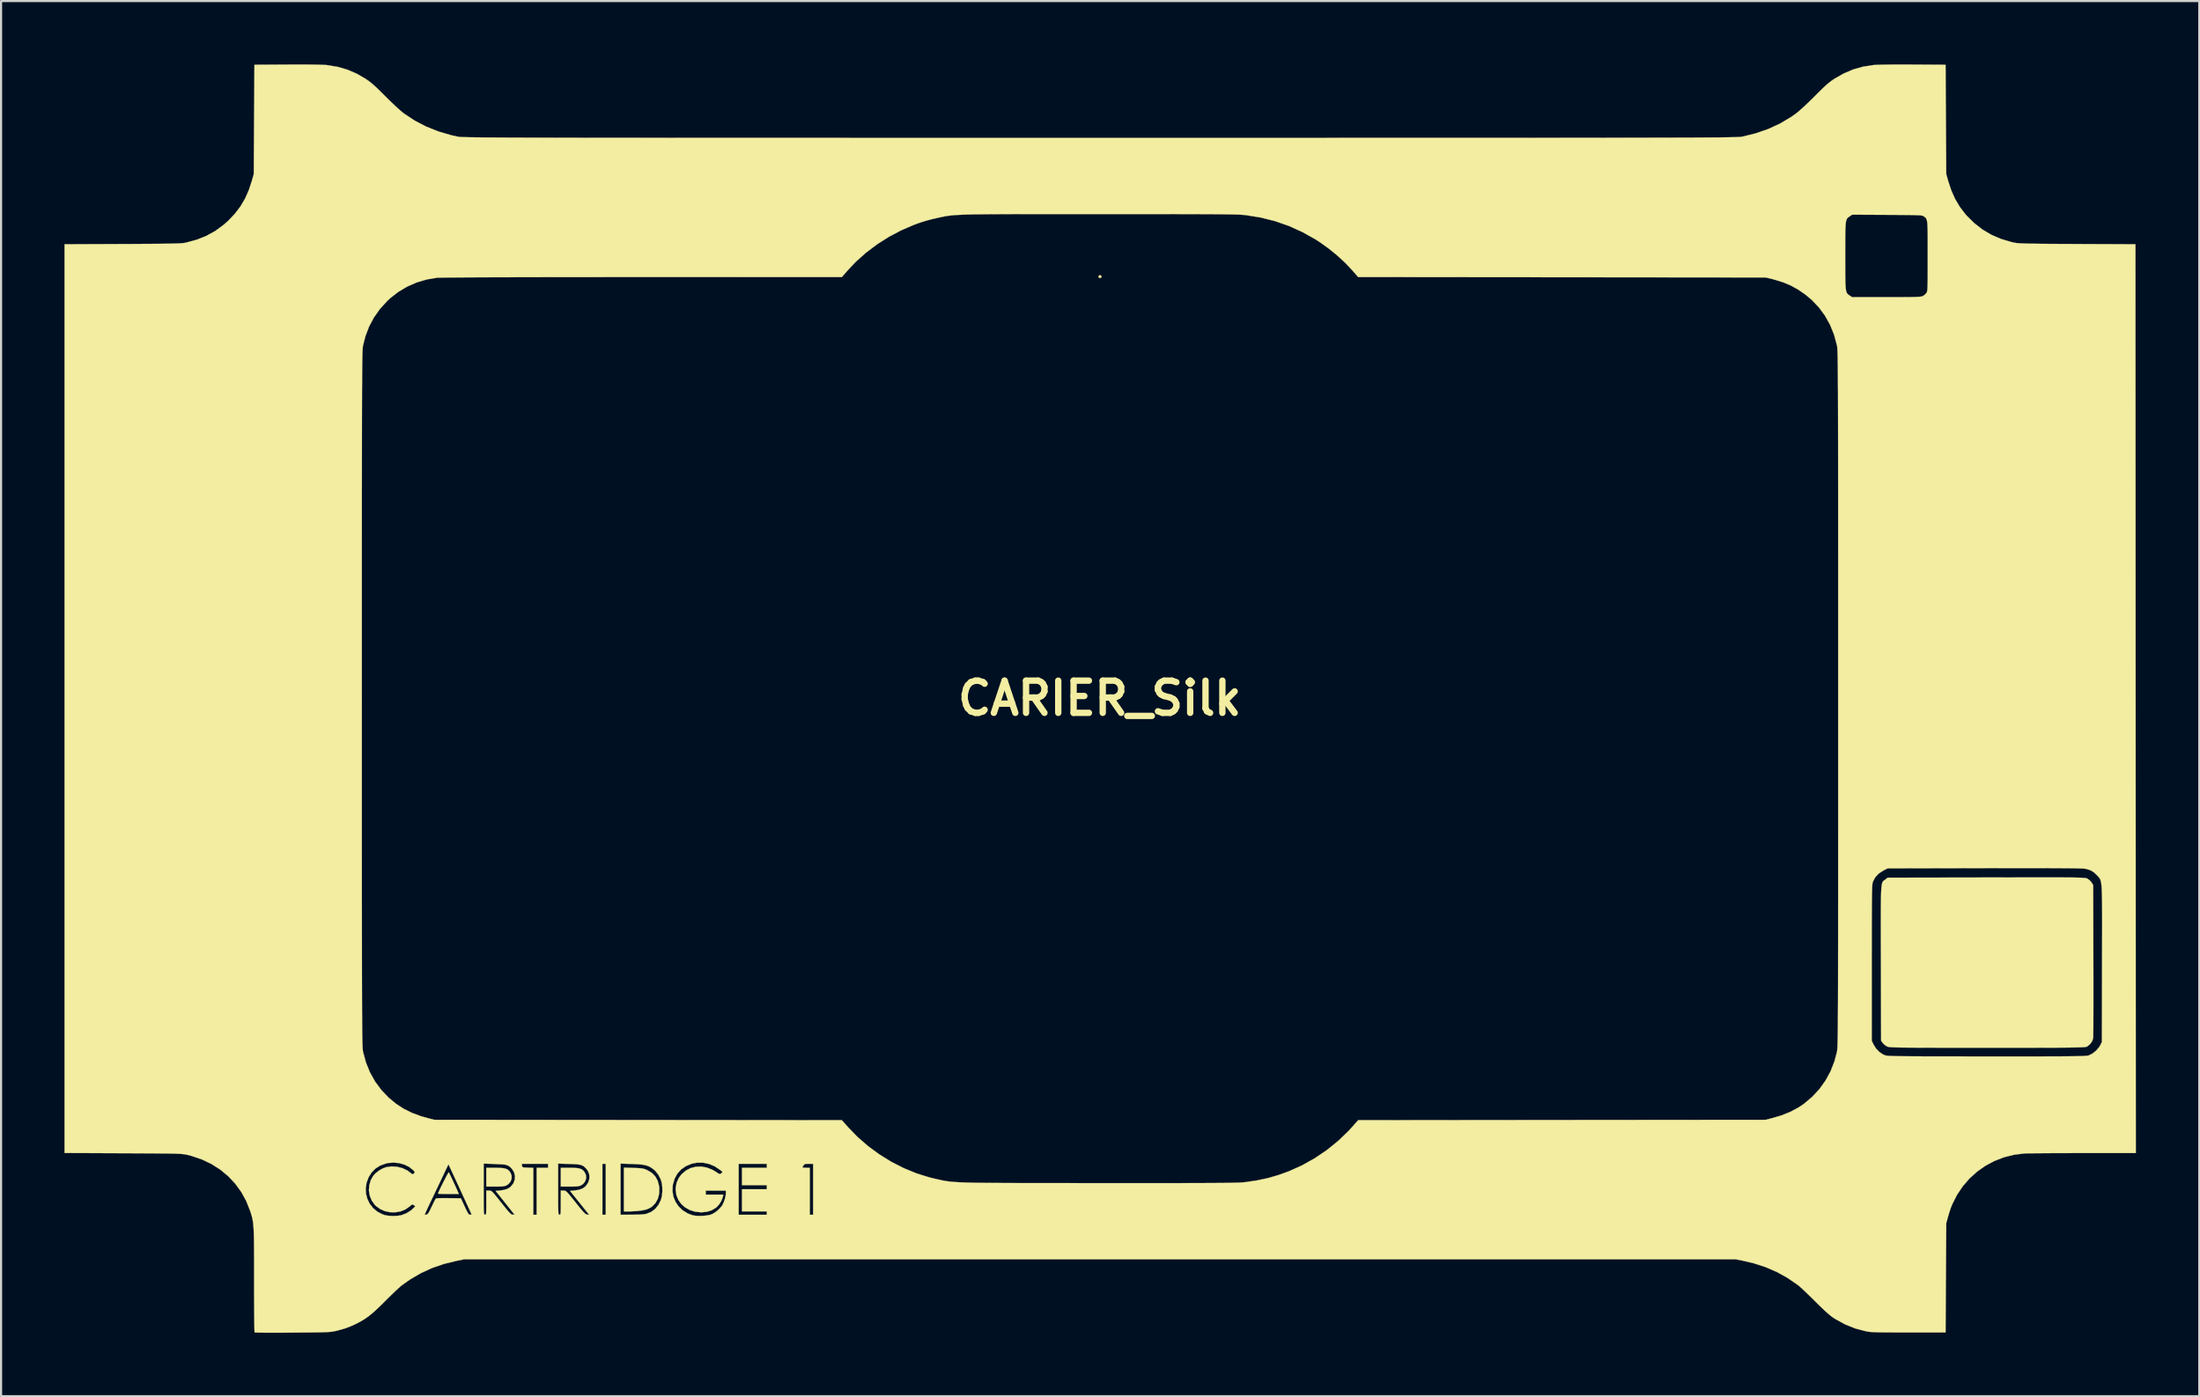
<source format=kicad_pcb>
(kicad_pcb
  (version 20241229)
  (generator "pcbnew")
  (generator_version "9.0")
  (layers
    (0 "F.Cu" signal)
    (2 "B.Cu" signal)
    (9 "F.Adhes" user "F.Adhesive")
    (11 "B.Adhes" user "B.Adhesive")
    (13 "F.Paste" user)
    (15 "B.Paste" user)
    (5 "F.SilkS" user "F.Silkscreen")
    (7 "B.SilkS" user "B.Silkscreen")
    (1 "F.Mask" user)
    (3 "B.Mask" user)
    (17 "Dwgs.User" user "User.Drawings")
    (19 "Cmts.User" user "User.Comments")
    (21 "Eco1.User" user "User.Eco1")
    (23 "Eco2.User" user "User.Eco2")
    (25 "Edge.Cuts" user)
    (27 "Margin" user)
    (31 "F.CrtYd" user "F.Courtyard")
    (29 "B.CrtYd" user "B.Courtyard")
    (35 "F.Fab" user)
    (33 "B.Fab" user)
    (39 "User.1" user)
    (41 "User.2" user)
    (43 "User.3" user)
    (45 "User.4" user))
  (footprint "CARIER_Silk"
    (layer "F.Cu")
    (at 48.979 30.004)
    (property "Reference" "CARIER_Silk" (at 0 0 0) (layer "F.SilkS") (effects (font (size 1.524 1.524) (thickness 0.3))))
    (attr through_hole)
    (fp_poly (pts (xy 0.023 -20.028) (xy 0.076 -19.994) (xy 0.089 -19.966) (xy 0.074 -19.914) (xy 0.024 -19.892) (xy -0.031 -19.907) (xy -0.058 -19.951) (xy -0.042 -20.001) (xy 0.002 -20.029) (xy 0.023 -20.028)) (stroke (width 0.01) (type solid)) (fill yes) (layer "F.SilkS"))
    (fp_poly (pts (xy -28.599 22.225) (xy -28.385 22.229) (xy -28.224 22.242) (xy -28.103 22.267) (xy -28.013 22.309) (xy -27.941 22.37) (xy -27.885 22.444) (xy -27.825 22.585) (xy -27.822 22.732) (xy -27.871 22.873) (xy -27.968 22.992) (xy -28.068 23.058) (xy -28.129 23.083) (xy -28.207 23.099) (xy -28.315 23.109) (xy -28.466 23.113) (xy -28.599 23.114) (xy -29.02 23.114) (xy -29.02 22.225) (xy -28.599 22.225)) (stroke (width 0.01) (type solid)) (fill yes) (layer "F.SilkS"))
    (fp_poly (pts (xy -25.075 22.225) (xy -24.861 22.229) (xy -24.699 22.242) (xy -24.579 22.267) (xy -24.488 22.309) (xy -24.417 22.37) (xy -24.361 22.444) (xy -24.301 22.585) (xy -24.298 22.732) (xy -24.347 22.873) (xy -24.444 22.992) (xy -24.543 23.058) (xy -24.605 23.083) (xy -24.683 23.099) (xy -24.791 23.109) (xy -24.941 23.113) (xy -25.075 23.114) (xy -25.495 23.114) (xy -25.495 22.225) (xy -25.075 22.225)) (stroke (width 0.01) (type solid)) (fill yes) (layer "F.SilkS"))
    (fp_poly (pts (xy -22.058 22.231) (xy -21.874 22.238) (xy -21.738 22.246) (xy -21.636 22.259) (xy -21.553 22.278) (xy -21.475 22.305) (xy -21.407 22.335) (xy -21.193 22.463) (xy -21.027 22.631) (xy -20.912 22.839) (xy -20.847 23.084) (xy -20.835 23.196) (xy -20.844 23.459) (xy -20.906 23.694) (xy -21.017 23.895) (xy -21.177 24.059) (xy -21.29 24.134) (xy -21.443 24.196) (xy -21.651 24.243) (xy -21.908 24.274) (xy -22.207 24.288) (xy -22.281 24.288) (xy -22.511 24.289) (xy -22.511 22.217) (xy -22.058 22.231)) (stroke (width 0.01) (type solid)) (fill yes) (layer "F.SilkS"))
    (fp_poly (pts (xy -30.797 22.438) (xy -30.777 22.474) (xy -30.737 22.555) (xy -30.681 22.671) (xy -30.616 22.809) (xy -30.546 22.959) (xy -30.478 23.107) (xy -30.416 23.243) (xy -30.367 23.355) (xy -30.365 23.36) (xy -30.32 23.463) (xy -30.813 23.463) (xy -30.982 23.462) (xy -31.126 23.46) (xy -31.234 23.456) (xy -31.295 23.451) (xy -31.305 23.447) (xy -31.292 23.407) (xy -31.256 23.323) (xy -31.203 23.209) (xy -31.137 23.074) (xy -31.065 22.929) (xy -30.992 22.786) (xy -30.923 22.654) (xy -30.864 22.545) (xy -30.821 22.469) (xy -30.798 22.438) (xy -30.797 22.438)) (stroke (width 0.01) (type solid)) (fill yes) (layer "F.SilkS"))
    (fp_poly (pts (xy 44.916 8.481) (xy 45.236 8.482) (xy 45.514 8.482) (xy 45.753 8.484) (xy 45.957 8.485) (xy 46.128 8.487) (xy 46.27 8.49) (xy 46.386 8.493) (xy 46.478 8.497) (xy 46.551 8.501) (xy 46.606 8.506) (xy 46.648 8.512) (xy 46.679 8.518) (xy 46.703 8.526) (xy 46.722 8.534) (xy 46.733 8.539) (xy 46.832 8.609) (xy 46.918 8.702) (xy 46.931 8.722) (xy 47.006 8.842) (xy 47.015 12.398) (xy 47.016 12.871) (xy 47.017 13.328) (xy 47.017 13.764) (xy 47.017 14.176) (xy 47.017 14.559) (xy 47.016 14.91) (xy 47.015 15.223) (xy 47.014 15.495) (xy 47.012 15.721) (xy 47.01 15.898) (xy 47.008 16.02) (xy 47.006 16.084) (xy 47.005 16.091) (xy 46.957 16.233) (xy 46.863 16.366) (xy 46.74 16.469) (xy 46.682 16.499) (xy 46.658 16.505) (xy 46.616 16.51) (xy 46.552 16.515) (xy 46.464 16.52) (xy 46.349 16.524) (xy 46.203 16.527) (xy 46.025 16.53) (xy 45.811 16.533) (xy 45.558 16.535) (xy 45.264 16.537) (xy 44.925 16.538) (xy 44.539 16.539) (xy 44.103 16.54) (xy 43.615 16.541) (xy 43.07 16.541) (xy 42.468 16.541) (xy 41.982 16.541) (xy 41.351 16.541) (xy 40.78 16.541) (xy 40.266 16.54) (xy 39.806 16.54) (xy 39.398 16.539) (xy 39.037 16.539) (xy 38.721 16.537) (xy 38.446 16.536) (xy 38.21 16.534) (xy 38.009 16.532) (xy 37.84 16.53) (xy 37.701 16.527) (xy 37.587 16.523) (xy 37.496 16.519) (xy 37.425 16.514) (xy 37.371 16.509) (xy 37.33 16.503) (xy 37.299 16.497) (xy 37.275 16.489) (xy 37.255 16.481) (xy 37.154 16.418) (xy 37.065 16.335) (xy 37.049 16.315) (xy 36.973 16.208) (xy 36.965 12.549) (xy 36.963 11.978) (xy 36.962 11.467) (xy 36.961 11.012) (xy 36.96 10.611) (xy 36.961 10.259) (xy 36.962 9.953) (xy 36.964 9.69) (xy 36.967 9.467) (xy 36.971 9.279) (xy 36.977 9.124) (xy 36.985 8.997) (xy 36.995 8.896) (xy 37.006 8.817) (xy 37.02 8.757) (xy 37.036 8.711) (xy 37.055 8.677) (xy 37.077 8.652) (xy 37.101 8.631) (xy 37.129 8.611) (xy 37.16 8.589) (xy 37.165 8.585) (xy 37.285 8.493) (xy 41.948 8.485) (xy 42.583 8.484) (xy 43.158 8.483) (xy 43.676 8.482) (xy 44.139 8.482) (xy 44.552 8.481) (xy 44.916 8.481)) (stroke (width 0.01) (type solid)) (fill yes) (layer "F.SilkS"))
    (fp_poly (pts (xy -37.692 -29.999) (xy -37.368 -29.997) (xy -37.089 -29.993) (xy -36.858 -29.988) (xy -36.681 -29.981) (xy -36.567 -29.973) (xy -36.066 -29.892) (xy -35.591 -29.755) (xy -35.136 -29.558) (xy -34.723 -29.317) (xy -34.605 -29.235) (xy -34.487 -29.146) (xy -34.363 -29.04) (xy -34.222 -28.913) (xy -34.058 -28.755) (xy -33.861 -28.559) (xy -33.798 -28.495) (xy -33.619 -28.318) (xy -33.438 -28.144) (xy -33.266 -27.982) (xy -33.111 -27.842) (xy -32.983 -27.733) (xy -32.913 -27.678) (xy -32.406 -27.343) (xy -31.863 -27.06) (xy -31.284 -26.829) (xy -30.669 -26.65) (xy -30.369 -26.584) (xy -30.351 -26.581) (xy -30.33 -26.578) (xy -30.304 -26.575) (xy -30.272 -26.572) (xy -30.232 -26.569) (xy -30.184 -26.567) (xy -30.126 -26.564) (xy -30.057 -26.562) (xy -29.977 -26.56) (xy -29.882 -26.557) (xy -29.774 -26.555) (xy -29.649 -26.553) (xy -29.508 -26.552) (xy -29.349 -26.55) (xy -29.17 -26.548) (xy -28.971 -26.546) (xy -28.75 -26.545) (xy -28.507 -26.544) (xy -28.239 -26.542) (xy -27.946 -26.541) (xy -27.626 -26.54) (xy -27.279 -26.539) (xy -26.903 -26.537) (xy -26.497 -26.536) (xy -26.059 -26.536) (xy -25.589 -26.535) (xy -25.086 -26.534) (xy -24.547 -26.533) (xy -23.972 -26.532) (xy -23.361 -26.532) (xy -22.71 -26.531) (xy -22.02 -26.531) (xy -21.289 -26.53) (xy -20.516 -26.53) (xy -19.7 -26.529) (xy -18.839 -26.529) (xy -17.933 -26.529) (xy -16.98 -26.528) (xy -15.978 -26.528) (xy -14.928 -26.528) (xy -13.827 -26.528) (xy -12.674 -26.528) (xy -11.469 -26.527) (xy -10.209 -26.527) (xy -8.894 -26.527) (xy -7.523 -26.527) (xy -6.094 -26.527) (xy -4.606 -26.527) (xy -3.058 -26.527) (xy -1.449 -26.527) (xy 0.016 -26.527) (xy 1.68 -26.527) (xy 3.281 -26.527) (xy 4.822 -26.527) (xy 6.302 -26.527) (xy 7.724 -26.527) (xy 9.089 -26.527) (xy 10.397 -26.527) (xy 11.65 -26.528) (xy 12.849 -26.528) (xy 13.995 -26.528) (xy 15.09 -26.528) (xy 16.135 -26.528) (xy 17.13 -26.528) (xy 18.077 -26.529) (xy 18.978 -26.529) (xy 19.833 -26.529) (xy 20.644 -26.53) (xy 21.412 -26.53) (xy 22.138 -26.531) (xy 22.823 -26.531) (xy 23.469 -26.532) (xy 24.076 -26.533) (xy 24.646 -26.533) (xy 25.18 -26.534) (xy 25.68 -26.535) (xy 26.146 -26.536) (xy 26.579 -26.537) (xy 26.982 -26.538) (xy 27.355 -26.539) (xy 27.698 -26.54) (xy 28.015 -26.541) (xy 28.305 -26.542) (xy 28.569 -26.544) (xy 28.81 -26.545) (xy 29.028 -26.547) (xy 29.225 -26.548) (xy 29.401 -26.55) (xy 29.558 -26.552) (xy 29.697 -26.554) (xy 29.82 -26.556) (xy 29.926 -26.558) (xy 30.019 -26.56) (xy 30.098 -26.562) (xy 30.165 -26.565) (xy 30.222 -26.567) (xy 30.269 -26.57) (xy 30.308 -26.572) (xy 30.339 -26.575) (xy 30.365 -26.578) (xy 30.385 -26.581) (xy 30.401 -26.584) (xy 31.033 -26.739) (xy 31.629 -26.945) (xy 32.189 -27.204) (xy 32.711 -27.514) (xy 32.945 -27.679) (xy 33.046 -27.76) (xy 33.181 -27.878) (xy 33.341 -28.023) (xy 33.515 -28.188) (xy 33.695 -28.363) (xy 33.83 -28.497) (xy 34.033 -28.701) (xy 34.201 -28.865) (xy 34.343 -28.998) (xy 34.468 -29.106) (xy 34.582 -29.197) (xy 34.695 -29.278) (xy 34.758 -29.32) (xy 35.197 -29.572) (xy 35.647 -29.764) (xy 36.117 -29.897) (xy 36.599 -29.973) (xy 36.721 -29.981) (xy 36.902 -29.988) (xy 37.136 -29.993) (xy 37.418 -29.997) (xy 37.744 -29.999) (xy 38.108 -29.999) (xy 38.481 -29.997) (xy 40.021 -29.988) (xy 40.054 -24.813) (xy 40.139 -24.507) (xy 40.29 -24.047) (xy 40.474 -23.635) (xy 40.696 -23.261) (xy 40.959 -22.916) (xy 41.026 -22.841) (xy 41.387 -22.485) (xy 41.774 -22.185) (xy 42.192 -21.938) (xy 42.644 -21.743) (xy 43.135 -21.597) (xy 43.259 -21.569) (xy 43.31 -21.559) (xy 43.368 -21.551) (xy 43.437 -21.543) (xy 43.523 -21.537) (xy 43.629 -21.531) (xy 43.76 -21.526) (xy 43.919 -21.522) (xy 44.112 -21.518) (xy 44.342 -21.515) (xy 44.614 -21.512) (xy 44.931 -21.51) (xy 45.299 -21.508) (xy 45.722 -21.506) (xy 46.203 -21.504) (xy 46.26 -21.503) (xy 49.006 -21.492) (xy 49.014 0.017) (xy 49.022 21.526) (xy 46.522 21.528) (xy 46.122 21.528) (xy 45.735 21.529) (xy 45.367 21.53) (xy 45.024 21.531) (xy 44.71 21.533) (xy 44.431 21.535) (xy 44.193 21.537) (xy 44.001 21.539) (xy 43.86 21.541) (xy 43.777 21.544) (xy 43.767 21.544) (xy 43.269 21.605) (xy 42.79 21.725) (xy 42.336 21.9) (xy 41.909 22.128) (xy 41.514 22.406) (xy 41.155 22.73) (xy 40.837 23.098) (xy 40.563 23.506) (xy 40.338 23.952) (xy 40.289 24.071) (xy 40.251 24.176) (xy 40.205 24.318) (xy 40.158 24.473) (xy 40.139 24.539) (xy 40.054 24.844) (xy 40.021 30.02) (xy 38.275 30.019) (xy 37.889 30.019) (xy 37.561 30.018) (xy 37.285 30.017) (xy 37.055 30.015) (xy 36.866 30.012) (xy 36.711 30.007) (xy 36.585 30.002) (xy 36.483 29.995) (xy 36.398 29.987) (xy 36.325 29.976) (xy 36.258 29.964) (xy 36.252 29.963) (xy 35.75 29.829) (xy 35.267 29.636) (xy 34.811 29.386) (xy 34.677 29.299) (xy 34.566 29.214) (xy 34.417 29.087) (xy 34.239 28.924) (xy 34.037 28.73) (xy 33.83 28.525) (xy 33.659 28.355) (xy 33.491 28.192) (xy 33.336 28.043) (xy 33.202 27.918) (xy 33.096 27.824) (xy 33.036 27.775) (xy 32.543 27.436) (xy 32.034 27.154) (xy 31.502 26.924) (xy 30.937 26.742) (xy 30.465 26.63) (xy 30.115 26.559) (xy -30.083 26.559) (xy -30.434 26.63) (xy -31.032 26.777) (xy -31.59 26.97) (xy -32.117 27.212) (xy -32.622 27.507) (xy -33.004 27.775) (xy -33.079 27.837) (xy -33.189 27.936) (xy -33.328 28.065) (xy -33.485 28.216) (xy -33.654 28.381) (xy -33.798 28.525) (xy -34.036 28.761) (xy -34.241 28.956) (xy -34.422 29.117) (xy -34.589 29.251) (xy -34.749 29.365) (xy -34.911 29.466) (xy -35.085 29.561) (xy -35.17 29.604) (xy -35.452 29.733) (xy -35.725 29.834) (xy -36.019 29.918) (xy -36.147 29.949) (xy -36.213 29.963) (xy -36.28 29.975) (xy -36.353 29.985) (xy -36.438 29.993) (xy -36.542 30) (xy -36.67 30.006) (xy -36.828 30.011) (xy -37.021 30.015) (xy -37.256 30.018) (xy -37.538 30.021) (xy -37.873 30.024) (xy -38.195 30.027) (xy -38.524 30.029) (xy -38.834 30.03) (xy -39.119 30.031) (xy -39.373 30.03) (xy -39.59 30.029) (xy -39.765 30.026) (xy -39.892 30.023) (xy -39.966 30.02) (xy -39.981 30.017) (xy -39.985 29.982) (xy -39.989 29.889) (xy -39.992 29.742) (xy -39.995 29.546) (xy -39.998 29.306) (xy -40 29.027) (xy -40.002 28.714) (xy -40.004 28.372) (xy -40.005 28.006) (xy -40.005 27.62) (xy -40.005 27.542) (xy -40.005 27.065) (xy -40.005 26.647) (xy -40.006 26.283) (xy -40.008 25.967) (xy -40.011 25.696) (xy -40.016 25.464) (xy -40.022 25.267) (xy -40.03 25.099) (xy -40.04 24.956) (xy -40.053 24.834) (xy -40.069 24.726) (xy -40.088 24.629) (xy -40.11 24.537) (xy -40.135 24.446) (xy -40.165 24.351) (xy -40.193 24.265) (xy -40.377 23.8) (xy -40.613 23.369) (xy -40.74 23.195) (xy -34.726 23.195) (xy -34.712 23.455) (xy -34.646 23.704) (xy -34.533 23.933) (xy -34.375 24.135) (xy -34.177 24.301) (xy -33.94 24.425) (xy -33.814 24.467) (xy -33.657 24.495) (xy -33.466 24.507) (xy -33.268 24.502) (xy -33.092 24.48) (xy -33.033 24.467) (xy -32.992 24.452) (xy -31.94 24.452) (xy -31.859 24.442) (xy -31.821 24.43) (xy -31.784 24.399) (xy -31.742 24.339) (xy -31.689 24.24) (xy -31.618 24.094) (xy -31.607 24.07) (xy -31.54 23.93) (xy -31.481 23.811) (xy -31.435 23.724) (xy -31.41 23.682) (xy -31.409 23.681) (xy -31.369 23.672) (xy -31.277 23.665) (xy -31.142 23.661) (xy -30.976 23.66) (xy -30.802 23.661) (xy -30.223 23.67) (xy -30.043 24.059) (xy -29.968 24.218) (xy -29.912 24.328) (xy -29.869 24.397) (xy -29.834 24.434) (xy -29.802 24.447) (xy -29.791 24.448) (xy -29.734 24.442) (xy -29.718 24.434) (xy -29.731 24.401) (xy -29.764 24.323) (xy -29.814 24.215) (xy -29.848 24.14) (xy -29.905 24.019) (xy -29.98 23.856) (xy -30.068 23.665) (xy -30.161 23.464) (xy -30.241 23.289) (xy -30.265 23.237) (xy -29.146 23.237) (xy -29.146 23.546) (xy -29.146 23.797) (xy -29.145 23.997) (xy -29.143 24.151) (xy -29.139 24.265) (xy -29.134 24.345) (xy -29.127 24.398) (xy -29.118 24.428) (xy -29.106 24.443) (xy -29.092 24.447) (xy -29.083 24.448) (xy -29.06 24.445) (xy -29.044 24.431) (xy -29.033 24.397) (xy -29.025 24.335) (xy -29.022 24.236) (xy -29.02 24.091) (xy -29.02 23.892) (xy -29.02 23.876) (xy -29.02 23.305) (xy -28.893 23.305) (xy -28.852 23.306) (xy -28.815 23.313) (xy -28.777 23.332) (xy -28.732 23.37) (xy -28.673 23.432) (xy -28.595 23.524) (xy -28.491 23.652) (xy -28.355 23.822) (xy -28.313 23.875) (xy -28.165 24.061) (xy -28.05 24.202) (xy -27.962 24.305) (xy -27.896 24.375) (xy -27.846 24.418) (xy -27.807 24.44) (xy -27.773 24.446) (xy -27.771 24.446) (xy -27.681 24.448) (xy -27.787 24.314) (xy -27.842 24.244) (xy -27.928 24.135) (xy -28.035 24.001) (xy -28.154 23.852) (xy -28.235 23.75) (xy -28.578 23.32) (xy -28.366 23.299) (xy -28.177 23.271) (xy -28.033 23.226) (xy -27.916 23.159) (xy -27.865 23.117) (xy -27.744 22.969) (xy -27.677 22.8) (xy -27.663 22.621) (xy -27.704 22.445) (xy -27.799 22.285) (xy -27.825 22.256) (xy -27.895 22.186) (xy -27.965 22.135) (xy -28.044 22.098) (xy -28.144 22.073) (xy -28.277 22.057) (xy -28.454 22.047) (xy -28.631 22.041) (xy -28.854 22.035) (xy -27.341 22.035) (xy -27.331 22.122) (xy -27.324 22.165) (xy -27.305 22.191) (xy -27.261 22.206) (xy -27.18 22.213) (xy -27.059 22.218) (xy -26.797 22.228) (xy -26.797 24.448) (xy -26.638 24.448) (xy -26.638 23.237) (xy -25.622 23.237) (xy -25.622 23.546) (xy -25.622 23.797) (xy -25.621 23.997) (xy -25.618 24.151) (xy -25.615 24.265) (xy -25.61 24.345) (xy -25.603 24.398) (xy -25.594 24.428) (xy -25.582 24.443) (xy -25.567 24.447) (xy -25.559 24.448) (xy -25.536 24.445) (xy -25.52 24.431) (xy -25.508 24.397) (xy -25.501 24.335) (xy -25.497 24.236) (xy -25.496 24.091) (xy -25.495 23.892) (xy -25.495 23.876) (xy -25.495 23.305) (xy -25.369 23.305) (xy -25.328 23.306) (xy -25.291 23.313) (xy -25.253 23.333) (xy -25.207 23.371) (xy -25.148 23.434) (xy -25.069 23.527) (xy -24.963 23.656) (xy -24.826 23.828) (xy -24.794 23.868) (xy -24.646 24.053) (xy -24.53 24.194) (xy -24.442 24.297) (xy -24.375 24.367) (xy -24.324 24.41) (xy -24.283 24.433) (xy -24.248 24.442) (xy -24.15 24.452) (xy -24.261 24.315) (xy -24.319 24.243) (xy -24.407 24.134) (xy -24.515 23.999) (xy -24.635 23.849) (xy -24.715 23.749) (xy -25.058 23.32) (xy -24.84 23.298) (xy -24.637 23.266) (xy -24.482 23.213) (xy -24.359 23.133) (xy -24.295 23.069) (xy -24.189 22.905) (xy -24.14 22.727) (xy -24.147 22.546) (xy -24.212 22.375) (xy -24.301 22.256) (xy -24.371 22.186) (xy -24.44 22.135) (xy -24.52 22.098) (xy -24.62 22.073) (xy -24.753 22.057) (xy -24.93 22.047) (xy -25.106 22.041) (xy -25.33 22.035) (xy -23.527 22.035) (xy -23.527 24.448) (xy -23.368 24.448) (xy -22.669 24.448) (xy -22.138 24.447) (xy -21.869 24.443) (xy -21.656 24.433) (xy -21.501 24.415) (xy -21.442 24.403) (xy -21.217 24.312) (xy -21.026 24.169) (xy -20.871 23.973) (xy -20.758 23.745) (xy -20.711 23.566) (xy -20.689 23.353) (xy -20.69 23.323) (xy -20.212 23.323) (xy -20.169 23.587) (xy -20.071 23.832) (xy -19.924 24.051) (xy -19.731 24.237) (xy -19.498 24.382) (xy -19.272 24.469) (xy -19.134 24.494) (xy -18.959 24.504) (xy -18.77 24.5) (xy -18.587 24.482) (xy -18.43 24.452) (xy -18.348 24.425) (xy -18.185 24.33) (xy -18.025 24.198) (xy -17.892 24.05) (xy -17.858 24) (xy -17.786 23.857) (xy -17.728 23.687) (xy -17.692 23.519) (xy -17.685 23.426) (xy -17.685 23.305) (xy -18.637 23.305) (xy -18.637 23.495) (xy -17.807 23.495) (xy -17.829 23.598) (xy -17.889 23.769) (xy -17.989 23.938) (xy -18.113 24.079) (xy -18.161 24.119) (xy -18.356 24.235) (xy -18.568 24.303) (xy -18.811 24.33) (xy -18.875 24.33) (xy -19.148 24.301) (xy -19.396 24.222) (xy -19.614 24.1) (xy -19.795 23.939) (xy -19.933 23.745) (xy -20.024 23.525) (xy -20.061 23.283) (xy -20.058 23.162) (xy -20.011 22.916) (xy -19.908 22.696) (xy -19.776 22.526) (xy -19.579 22.356) (xy -19.353 22.239) (xy -19.108 22.176) (xy -18.85 22.167) (xy -18.588 22.214) (xy -18.328 22.315) (xy -18.152 22.419) (xy -18.056 22.484) (xy -17.996 22.516) (xy -17.957 22.521) (xy -17.924 22.502) (xy -17.905 22.484) (xy -17.84 22.423) (xy -17.956 22.327) (xy -18.206 22.159) (xy -18.477 22.043) (xy -18.519 22.035) (xy -17.081 22.035) (xy -17.081 24.448) (xy -15.748 24.448) (xy -15.748 24.289) (xy -16.923 24.289) (xy -16.923 23.241) (xy -15.748 23.241) (xy -15.748 23.05) (xy -16.923 23.05) (xy -16.923 22.225) (xy -15.748 22.225) (xy -15.748 22.208) (xy -14.065 22.208) (xy -14.037 22.217) (xy -13.962 22.223) (xy -13.891 22.225) (xy -13.716 22.225) (xy -13.716 24.448) (xy -13.557 24.448) (xy -13.557 22.035) (xy -13.76 22.035) (xy -13.874 22.037) (xy -13.943 22.049) (xy -13.986 22.076) (xy -14.014 22.113) (xy -14.051 22.174) (xy -14.065 22.208) (xy -15.748 22.208) (xy -15.748 22.035) (xy -17.081 22.035) (xy -18.519 22.035) (xy -18.76 21.983) (xy -19.045 21.981) (xy -19.309 22.033) (xy -19.579 22.147) (xy -19.804 22.304) (xy -19.983 22.505) (xy -20.113 22.745) (xy -20.193 23.023) (xy -20.197 23.046) (xy -20.212 23.323) (xy -20.69 23.323) (xy -20.693 23.131) (xy -20.723 22.922) (xy -20.761 22.792) (xy -20.881 22.551) (xy -21.036 22.359) (xy -21.164 22.255) (xy -21.268 22.189) (xy -21.374 22.139) (xy -21.491 22.103) (xy -21.631 22.077) (xy -21.807 22.059) (xy -22.031 22.047) (xy -22.138 22.043) (xy -22.669 22.026) (xy -22.669 24.448) (xy -23.368 24.448) (xy -23.368 22.035) (xy -23.527 22.035) (xy -25.33 22.035) (xy -25.622 22.026) (xy -25.622 23.237) (xy -26.638 23.237) (xy -26.638 22.225) (xy -26.099 22.225) (xy -26.099 22.035) (xy -27.341 22.035) (xy -28.854 22.035) (xy -29.146 22.026) (xy -29.146 23.237) (xy -30.265 23.237) (xy -30.335 23.084) (xy -30.432 22.874) (xy -30.525 22.673) (xy -30.605 22.5) (xy -30.657 22.388) (xy -30.811 22.06) (xy -30.908 22.261) (xy -30.96 22.371) (xy -31.03 22.518) (xy -31.109 22.683) (xy -31.185 22.844) (xy -31.266 23.015) (xy -31.364 23.221) (xy -31.468 23.439) (xy -31.566 23.646) (xy -31.593 23.701) (xy -31.674 23.873) (xy -31.751 24.034) (xy -31.816 24.173) (xy -31.863 24.276) (xy -31.88 24.315) (xy -31.94 24.452) (xy -32.992 24.452) (xy -32.805 24.38) (xy -32.596 24.25) (xy -32.485 24.151) (xy -32.38 24.042) (xy -32.451 23.992) (xy -32.496 23.966) (xy -32.535 23.967) (xy -32.587 24.001) (xy -32.648 24.055) (xy -32.85 24.197) (xy -33.08 24.289) (xy -33.326 24.332) (xy -33.578 24.327) (xy -33.823 24.274) (xy -34.05 24.173) (xy -34.248 24.026) (xy -34.294 23.979) (xy -34.441 23.775) (xy -34.534 23.546) (xy -34.574 23.303) (xy -34.558 23.056) (xy -34.488 22.816) (xy -34.373 22.609) (xy -34.253 22.478) (xy -34.094 22.354) (xy -33.916 22.254) (xy -33.747 22.193) (xy -33.496 22.16) (xy -33.237 22.178) (xy -32.988 22.242) (xy -32.763 22.348) (xy -32.629 22.447) (xy -32.557 22.507) (xy -32.513 22.53) (xy -32.478 22.52) (xy -32.447 22.493) (xy -32.41 22.456) (xy -32.406 22.424) (xy -32.439 22.379) (xy -32.482 22.334) (xy -32.668 22.185) (xy -32.894 22.074) (xy -33.145 22.003) (xy -33.408 21.977) (xy -33.67 21.999) (xy -33.76 22.018) (xy -34.033 22.116) (xy -34.261 22.257) (xy -34.446 22.444) (xy -34.588 22.671) (xy -34.686 22.931) (xy -34.726 23.195) (xy -40.74 23.195) (xy -40.898 22.977) (xy -41.229 22.624) (xy -41.603 22.314) (xy -42.017 22.049) (xy -42.468 21.832) (xy -42.954 21.666) (xy -43.164 21.612) (xy -43.216 21.601) (xy -43.268 21.591) (xy -43.325 21.582) (xy -43.392 21.574) (xy -43.471 21.568) (xy -43.569 21.562) (xy -43.688 21.557) (xy -43.834 21.553) (xy -44.011 21.55) (xy -44.223 21.547) (xy -44.475 21.545) (xy -44.77 21.542) (xy -45.114 21.54) (xy -45.511 21.538) (xy -45.964 21.536) (xy -46.212 21.535) (xy -48.974 21.524) (xy -48.974 -0.383) (xy -34.909 -0.383) (xy -34.909 0.016) (xy -34.909 1.237) (xy -34.909 2.396) (xy -34.909 3.495) (xy -34.909 4.535) (xy -34.909 5.518) (xy -34.909 6.446) (xy -34.909 7.321) (xy -34.908 8.143) (xy -34.908 8.915) (xy -34.908 9.638) (xy -34.907 10.314) (xy -34.907 10.945) (xy -34.906 11.531) (xy -34.906 12.076) (xy -34.905 12.58) (xy -34.904 13.045) (xy -34.903 13.472) (xy -34.902 13.865) (xy -34.901 14.223) (xy -34.9 14.548) (xy -34.899 14.843) (xy -34.897 15.109) (xy -34.895 15.347) (xy -34.894 15.56) (xy -34.892 15.748) (xy -34.89 15.914) (xy -34.887 16.059) (xy -34.885 16.185) (xy -34.882 16.293) (xy -34.88 16.385) (xy -34.877 16.462) (xy -34.874 16.527) (xy -34.87 16.581) (xy -34.867 16.625) (xy -34.863 16.662) (xy -34.859 16.692) (xy -34.855 16.718) (xy -34.851 16.741) (xy -34.849 16.748) (xy -34.714 17.245) (xy -34.523 17.713) (xy -34.279 18.148) (xy -33.982 18.548) (xy -33.635 18.91) (xy -33.286 19.199) (xy -32.932 19.429) (xy -32.541 19.624) (xy -32.107 19.785) (xy -31.75 19.885) (xy -31.48 19.953) (xy -12.199 19.972) (xy -11.905 20.303) (xy -11.453 20.769) (xy -10.956 21.201) (xy -10.422 21.593) (xy -9.858 21.941) (xy -9.272 22.241) (xy -8.671 22.488) (xy -8.064 22.678) (xy -7.845 22.732) (xy -7.739 22.756) (xy -7.641 22.778) (xy -7.549 22.799) (xy -7.461 22.818) (xy -7.373 22.835) (xy -7.283 22.851) (xy -7.188 22.865) (xy -7.085 22.878) (xy -6.971 22.889) (xy -6.844 22.899) (xy -6.701 22.908) (xy -6.539 22.916) (xy -6.355 22.922) (xy -6.146 22.928) (xy -5.91 22.933) (xy -5.643 22.937) (xy -5.344 22.94) (xy -5.008 22.943) (xy -4.634 22.945) (xy -4.219 22.947) (xy -3.759 22.948) (xy -3.252 22.949) (xy -2.695 22.95) (xy -2.086 22.95) (xy -1.42 22.95) (xy -0.697 22.951) (xy -0.032 22.951) (xy 0.738 22.951) (xy 1.447 22.952) (xy 2.097 22.952) (xy 2.692 22.952) (xy 3.234 22.951) (xy 3.726 22.951) (xy 4.17 22.95) (xy 4.569 22.949) (xy 4.926 22.948) (xy 5.244 22.946) (xy 5.524 22.945) (xy 5.77 22.943) (xy 5.984 22.94) (xy 6.169 22.937) (xy 6.327 22.934) (xy 6.462 22.931) (xy 6.576 22.927) (xy 6.671 22.922) (xy 6.75 22.918) (xy 6.816 22.912) (xy 6.872 22.907) (xy 6.874 22.907) (xy 7.44 22.824) (xy 7.97 22.711) (xy 8.483 22.561) (xy 8.961 22.387) (xy 9.579 22.109) (xy 10.176 21.774) (xy 10.744 21.39) (xy 11.276 20.96) (xy 11.764 20.491) (xy 11.937 20.303) (xy 12.231 19.972) (xy 21.872 19.962) (xy 31.512 19.953) (xy 31.782 19.885) (xy 32.254 19.747) (xy 32.677 19.577) (xy 33.057 19.374) (xy 33.318 19.199) (xy 33.708 18.871) (xy 34.05 18.504) (xy 34.34 18.1) (xy 34.579 17.662) (xy 34.764 17.191) (xy 34.881 16.748) (xy 34.885 16.726) (xy 34.89 16.701) (xy 34.894 16.672) (xy 34.897 16.638) (xy 34.901 16.596) (xy 34.904 16.545) (xy 34.908 16.484) (xy 34.911 16.411) (xy 34.913 16.324) (xy 34.916 16.221) (xy 34.918 16.101) (xy 34.921 15.963) (xy 34.923 15.804) (xy 34.925 15.623) (xy 34.927 15.418) (xy 34.928 15.188) (xy 34.93 14.932) (xy 34.931 14.646) (xy 34.933 14.331) (xy 34.934 13.983) (xy 34.935 13.602) (xy 34.936 13.186) (xy 34.937 12.733) (xy 34.937 12.541) (xy 36.528 12.541) (xy 36.528 16.208) (xy 36.612 16.386) (xy 36.729 16.575) (xy 36.883 16.738) (xy 37.06 16.858) (xy 37.13 16.89) (xy 37.154 16.898) (xy 37.18 16.906) (xy 37.211 16.912) (xy 37.252 16.919) (xy 37.305 16.924) (xy 37.374 16.929) (xy 37.46 16.933) (xy 37.569 16.937) (xy 37.701 16.94) (xy 37.862 16.943) (xy 38.054 16.945) (xy 38.279 16.947) (xy 38.542 16.948) (xy 38.845 16.95) (xy 39.191 16.951) (xy 39.584 16.951) (xy 40.026 16.952) (xy 40.521 16.952) (xy 41.072 16.953) (xy 41.682 16.953) (xy 41.974 16.953) (xy 42.612 16.953) (xy 43.191 16.953) (xy 43.712 16.953) (xy 44.179 16.953) (xy 44.596 16.953) (xy 44.964 16.952) (xy 45.287 16.951) (xy 45.568 16.95) (xy 45.811 16.948) (xy 46.018 16.946) (xy 46.193 16.943) (xy 46.339 16.94) (xy 46.458 16.937) (xy 46.554 16.933) (xy 46.631 16.928) (xy 46.69 16.923) (xy 46.736 16.918) (xy 46.77 16.911) (xy 46.798 16.904) (xy 46.813 16.899) (xy 46.983 16.811) (xy 47.146 16.68) (xy 47.282 16.522) (xy 47.34 16.427) (xy 47.419 16.272) (xy 47.427 12.575) (xy 47.428 11.995) (xy 47.43 11.475) (xy 47.431 11.012) (xy 47.431 10.602) (xy 47.431 10.241) (xy 47.43 9.927) (xy 47.428 9.655) (xy 47.424 9.422) (xy 47.419 9.224) (xy 47.413 9.059) (xy 47.404 8.922) (xy 47.393 8.811) (xy 47.381 8.721) (xy 47.365 8.649) (xy 47.347 8.592) (xy 47.326 8.546) (xy 47.303 8.508) (xy 47.275 8.474) (xy 47.245 8.44) (xy 47.211 8.404) (xy 47.192 8.384) (xy 47.048 8.245) (xy 46.9 8.15) (xy 46.724 8.089) (xy 46.606 8.065) (xy 46.55 8.06) (xy 46.447 8.055) (xy 46.296 8.051) (xy 46.095 8.047) (xy 45.843 8.044) (xy 45.538 8.042) (xy 45.18 8.04) (xy 44.767 8.038) (xy 44.296 8.037) (xy 43.768 8.037) (xy 43.181 8.037) (xy 42.533 8.038) (xy 41.843 8.039) (xy 37.284 8.049) (xy 37.066 8.16) (xy 36.859 8.297) (xy 36.698 8.469) (xy 36.59 8.67) (xy 36.571 8.728) (xy 36.564 8.762) (xy 36.558 8.816) (xy 36.553 8.893) (xy 36.548 8.998) (xy 36.544 9.132) (xy 36.54 9.299) (xy 36.537 9.503) (xy 36.535 9.746) (xy 36.533 10.032) (xy 36.531 10.364) (xy 36.53 10.745) (xy 36.529 11.178) (xy 36.529 11.667) (xy 36.528 12.214) (xy 36.528 12.541) (xy 34.937 12.541) (xy 34.937 12.242) (xy 34.938 11.711) (xy 34.939 11.138) (xy 34.939 10.521) (xy 34.939 9.86) (xy 34.94 9.152) (xy 34.94 8.396) (xy 34.94 7.59) (xy 34.94 6.733) (xy 34.941 5.822) (xy 34.941 4.857) (xy 34.941 3.835) (xy 34.941 2.755) (xy 34.941 1.616) (xy 34.941 0.415) (xy 34.941 0.016) (xy 34.941 -1.205) (xy 34.941 -2.364) (xy 34.941 -3.463) (xy 34.941 -4.503) (xy 34.941 -5.487) (xy 34.941 -6.415) (xy 34.94 -7.289) (xy 34.94 -8.111) (xy 34.94 -8.883) (xy 34.94 -9.606) (xy 34.939 -10.282) (xy 34.939 -10.913) (xy 34.938 -11.5) (xy 34.938 -12.044) (xy 34.937 -12.548) (xy 34.936 -13.013) (xy 34.935 -13.441) (xy 34.934 -13.833) (xy 34.933 -14.191) (xy 34.932 -14.517) (xy 34.93 -14.811) (xy 34.929 -15.077) (xy 34.927 -15.316) (xy 34.925 -15.528) (xy 34.924 -15.717) (xy 34.921 -15.882) (xy 34.919 -16.027) (xy 34.917 -16.153) (xy 34.914 -16.261) (xy 34.911 -16.353) (xy 34.909 -16.43) (xy 34.905 -16.495) (xy 34.902 -16.549) (xy 34.899 -16.594) (xy 34.895 -16.63) (xy 34.891 -16.66) (xy 34.887 -16.686) (xy 34.882 -16.709) (xy 34.881 -16.716) (xy 34.746 -17.214) (xy 34.557 -17.68) (xy 34.317 -18.112) (xy 34.025 -18.508) (xy 33.685 -18.864) (xy 33.391 -19.11) (xy 33.05 -19.345) (xy 32.707 -19.536) (xy 32.343 -19.689) (xy 31.941 -19.814) (xy 31.85 -19.838) (xy 31.512 -19.922) (xy 21.87 -19.931) (xy 12.229 -19.94) (xy 11.964 -20.245) (xy 11.634 -20.597) (xy 11.258 -20.946) (xy 11.227 -20.971) (xy 35.274 -20.971) (xy 35.274 -20.939) (xy 35.274 -20.564) (xy 35.275 -20.247) (xy 35.276 -19.982) (xy 35.28 -19.765) (xy 35.285 -19.59) (xy 35.294 -19.452) (xy 35.306 -19.345) (xy 35.323 -19.264) (xy 35.344 -19.204) (xy 35.371 -19.159) (xy 35.403 -19.123) (xy 35.443 -19.093) (xy 35.49 -19.061) (xy 35.493 -19.059) (xy 35.601 -18.986) (xy 37.219 -18.986) (xy 37.585 -18.987) (xy 37.894 -18.987) (xy 38.149 -18.989) (xy 38.358 -18.991) (xy 38.524 -18.994) (xy 38.655 -18.998) (xy 38.754 -19.003) (xy 38.828 -19.01) (xy 38.882 -19.018) (xy 38.921 -19.028) (xy 38.948 -19.04) (xy 39.04 -19.102) (xy 39.115 -19.183) (xy 39.12 -19.19) (xy 39.133 -19.215) (xy 39.144 -19.245) (xy 39.153 -19.286) (xy 39.161 -19.344) (xy 39.167 -19.423) (xy 39.171 -19.53) (xy 39.174 -19.669) (xy 39.177 -19.846) (xy 39.178 -20.066) (xy 39.179 -20.336) (xy 39.179 -20.659) (xy 39.179 -20.934) (xy 39.179 -21.31) (xy 39.179 -21.628) (xy 39.178 -21.893) (xy 39.176 -22.11) (xy 39.171 -22.285) (xy 39.164 -22.423) (xy 39.155 -22.53) (xy 39.142 -22.61) (xy 39.124 -22.669) (xy 39.103 -22.713) (xy 39.076 -22.747) (xy 39.044 -22.775) (xy 39.005 -22.804) (xy 38.994 -22.812) (xy 38.973 -22.826) (xy 38.948 -22.838) (xy 38.913 -22.848) (xy 38.863 -22.856) (xy 38.793 -22.863) (xy 38.696 -22.868) (xy 38.569 -22.872) (xy 38.405 -22.876) (xy 38.199 -22.878) (xy 37.946 -22.881) (xy 37.64 -22.883) (xy 37.277 -22.885) (xy 37.257 -22.885) (xy 35.604 -22.893) (xy 35.494 -22.82) (xy 35.447 -22.788) (xy 35.407 -22.758) (xy 35.373 -22.723) (xy 35.346 -22.679) (xy 35.324 -22.62) (xy 35.307 -22.541) (xy 35.295 -22.436) (xy 35.286 -22.3) (xy 35.28 -22.128) (xy 35.277 -21.915) (xy 35.275 -21.654) (xy 35.274 -21.341) (xy 35.274 -20.971) (xy 11.227 -20.971) (xy 10.851 -21.279) (xy 10.43 -21.582) (xy 10.22 -21.718) (xy 9.597 -22.068) (xy 8.955 -22.359) (xy 8.291 -22.59) (xy 7.605 -22.761) (xy 6.896 -22.874) (xy 6.89 -22.874) (xy 6.833 -22.88) (xy 6.766 -22.885) (xy 6.688 -22.89) (xy 6.594 -22.895) (xy 6.483 -22.899) (xy 6.351 -22.903) (xy 6.197 -22.906) (xy 6.016 -22.909) (xy 5.808 -22.911) (xy 5.568 -22.914) (xy 5.295 -22.916) (xy 4.985 -22.917) (xy 4.637 -22.919) (xy 4.247 -22.92) (xy 3.812 -22.921) (xy 3.33 -22.922) (xy 2.798 -22.922) (xy 2.214 -22.923) (xy 1.575 -22.923) (xy 0.878 -22.923) (xy 0.121 -22.923) (xy 0.016 -22.923) (xy -0.76 -22.923) (xy -1.475 -22.923) (xy -2.132 -22.923) (xy -2.734 -22.923) (xy -3.284 -22.923) (xy -3.784 -22.922) (xy -4.237 -22.921) (xy -4.646 -22.919) (xy -5.014 -22.917) (xy -5.343 -22.915) (xy -5.637 -22.911) (xy -5.897 -22.908) (xy -6.128 -22.903) (xy -6.331 -22.898) (xy -6.51 -22.891) (xy -6.666 -22.884) (xy -6.804 -22.876) (xy -6.925 -22.867) (xy -7.033 -22.856) (xy -7.13 -22.845) (xy -7.22 -22.832) (xy -7.304 -22.818) (xy -7.385 -22.802) (xy -7.468 -22.785) (xy -7.553 -22.767) (xy -7.644 -22.747) (xy -7.652 -22.745) (xy -7.941 -22.678) (xy -8.192 -22.612) (xy -8.428 -22.54) (xy -8.673 -22.455) (xy -8.79 -22.411) (xy -9.392 -22.152) (xy -9.977 -21.842) (xy -10.536 -21.486) (xy -11.06 -21.09) (xy -11.541 -20.66) (xy -11.934 -20.243) (xy -12.198 -19.939) (xy -21.633 -19.938) (xy -22.543 -19.938) (xy -23.419 -19.938) (xy -24.258 -19.937) (xy -25.058 -19.937) (xy -25.818 -19.936) (xy -26.537 -19.935) (xy -27.213 -19.933) (xy -27.843 -19.932) (xy -28.428 -19.93) (xy -28.964 -19.929) (xy -29.45 -19.927) (xy -29.885 -19.925) (xy -30.268 -19.922) (xy -30.595 -19.92) (xy -30.867 -19.918) (xy -31.081 -19.915) (xy -31.235 -19.912) (xy -31.329 -19.909) (xy -31.353 -19.908) (xy -31.843 -19.825) (xy -32.316 -19.684) (xy -32.765 -19.487) (xy -33.185 -19.237) (xy -33.57 -18.937) (xy -33.72 -18.796) (xy -34.059 -18.421) (xy -34.34 -18.023) (xy -34.567 -17.596) (xy -34.741 -17.136) (xy -34.849 -16.716) (xy -34.854 -16.694) (xy -34.858 -16.669) (xy -34.862 -16.64) (xy -34.866 -16.606) (xy -34.869 -16.564) (xy -34.873 -16.514) (xy -34.876 -16.453) (xy -34.879 -16.379) (xy -34.882 -16.292) (xy -34.884 -16.189) (xy -34.887 -16.07) (xy -34.889 -15.931) (xy -34.891 -15.772) (xy -34.893 -15.591) (xy -34.895 -15.387) (xy -34.897 -15.157) (xy -34.898 -14.9) (xy -34.9 -14.614) (xy -34.901 -14.299) (xy -34.902 -13.951) (xy -34.903 -13.57) (xy -34.904 -13.154) (xy -34.905 -12.701) (xy -34.906 -12.21) (xy -34.906 -11.679) (xy -34.907 -11.106) (xy -34.907 -10.49) (xy -34.908 -9.828) (xy -34.908 -9.12) (xy -34.908 -8.364) (xy -34.909 -7.558) (xy -34.909 -6.701) (xy -34.909 -5.79) (xy -34.909 -4.825) (xy -34.909 -3.803) (xy -34.909 -2.723) (xy -34.909 -1.584) (xy -34.909 -0.383) (xy -48.974 -0.383) (xy -48.974 -21.492) (xy -46.228 -21.503) (xy -45.74 -21.505) (xy -45.311 -21.508) (xy -44.937 -21.51) (xy -44.614 -21.512) (xy -44.338 -21.515) (xy -44.103 -21.518) (xy -43.907 -21.522) (xy -43.743 -21.526) (xy -43.61 -21.53) (xy -43.501 -21.536) (xy -43.413 -21.542) (xy -43.342 -21.55) (xy -43.283 -21.558) (xy -43.232 -21.568) (xy -43.228 -21.569) (xy -42.731 -21.702) (xy -42.273 -21.884) (xy -41.851 -22.116) (xy -41.46 -22.401) (xy -41.23 -22.605) (xy -40.916 -22.936) (xy -40.653 -23.281) (xy -40.435 -23.651) (xy -40.255 -24.057) (xy -40.108 -24.507) (xy -40.022 -24.813) (xy -40.006 -27.4) (xy -39.989 -29.988) (xy -38.449 -29.997) (xy -38.054 -29.999) (xy -37.692 -29.999)) (stroke (width 0.01) (type solid)) (fill yes) (layer "F.SilkS")))
  (gr_rect
    (start -3 -3)
    (end 101.006 63.04)
    (stroke (width 0.1) (type default))
    (fill no)
    (layer "Edge.Cuts")))
</source>
